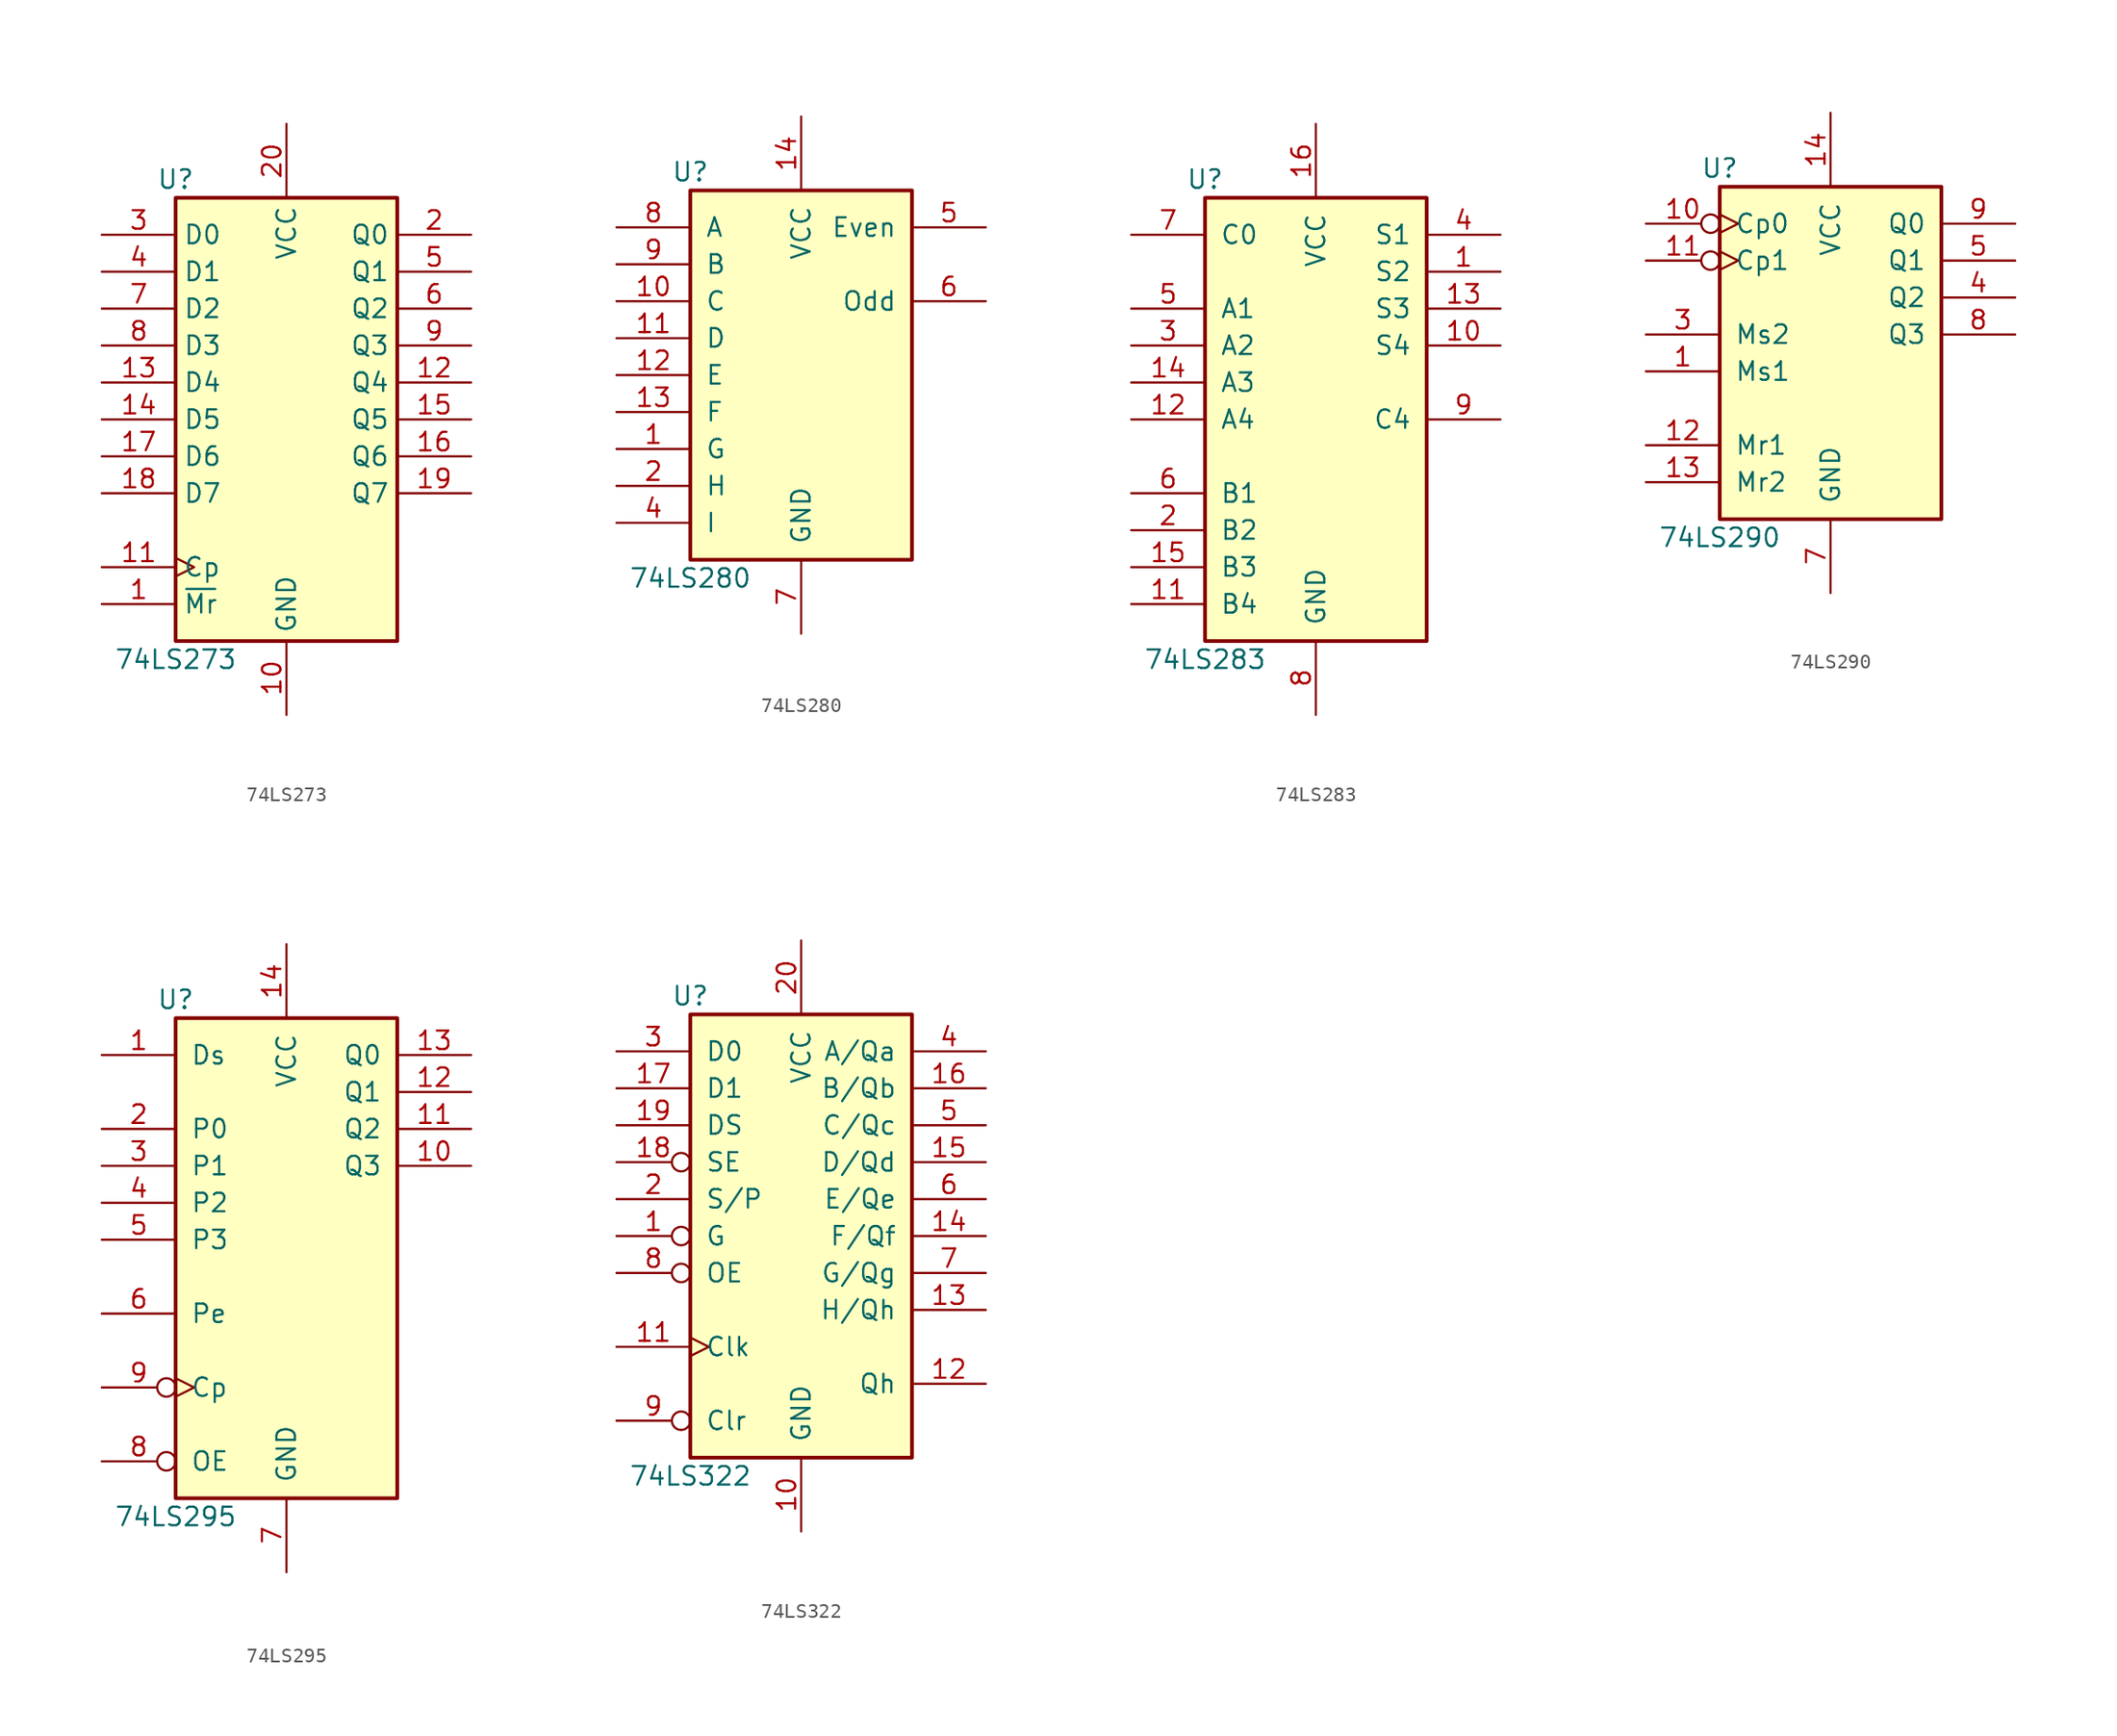
<source format=kicad_sym>
(kicad_symbol_lib
  (version 20201005)
  (generator kicad_symbol_editor)
  (symbol "74LS273"
    (property "Reference" "U"
      (at -7.62 16.51 0)
      (effects (font (size 1.27 1.27))))
    (property "Value" "74LS273"
      (at -7.62 -16.51 0)
      (effects (font (size 1.27 1.27))))
    (symbol "74LS273_1_0"
      (pin input line (at -12.7 -12.7 0) (length 5.08) (name "~Mr" (effects (font (size 1.27 1.27)))) (number "1" (effects (font (size 1.27 1.27)))))
      (pin power_in line (at 0 -20.32 90) (length 5.08) (name "GND" (effects (font (size 1.27 1.27)))) (number "10" (effects (font (size 1.27 1.27)))))
      (pin input clock (at -12.7 -10.16 0) (length 5.08) (name "Cp" (effects (font (size 1.27 1.27)))) (number "11" (effects (font (size 1.27 1.27)))))
      (pin output line (at 12.7 2.54 180) (length 5.08) (name "Q4" (effects (font (size 1.27 1.27)))) (number "12" (effects (font (size 1.27 1.27)))))
      (pin input line (at -12.7 2.54 0) (length 5.08) (name "D4" (effects (font (size 1.27 1.27)))) (number "13" (effects (font (size 1.27 1.27)))))
      (pin input line (at -12.7 0 0) (length 5.08) (name "D5" (effects (font (size 1.27 1.27)))) (number "14" (effects (font (size 1.27 1.27)))))
      (pin output line (at 12.7 0 180) (length 5.08) (name "Q5" (effects (font (size 1.27 1.27)))) (number "15" (effects (font (size 1.27 1.27)))))
      (pin output line (at 12.7 -2.54 180) (length 5.08) (name "Q6" (effects (font (size 1.27 1.27)))) (number "16" (effects (font (size 1.27 1.27)))))
      (pin input line (at -12.7 -2.54 0) (length 5.08) (name "D6" (effects (font (size 1.27 1.27)))) (number "17" (effects (font (size 1.27 1.27)))))
      (pin input line (at -12.7 -5.08 0) (length 5.08) (name "D7" (effects (font (size 1.27 1.27)))) (number "18" (effects (font (size 1.27 1.27)))))
      (pin output line (at 12.7 -5.08 180) (length 5.08) (name "Q7" (effects (font (size 1.27 1.27)))) (number "19" (effects (font (size 1.27 1.27)))))
      (pin output line (at 12.7 12.7 180) (length 5.08) (name "Q0" (effects (font (size 1.27 1.27)))) (number "2" (effects (font (size 1.27 1.27)))))
      (pin power_in line (at 0 20.32 270) (length 5.08) (name "VCC" (effects (font (size 1.27 1.27)))) (number "20" (effects (font (size 1.27 1.27)))))
      (pin input line (at -12.7 12.7 0) (length 5.08) (name "D0" (effects (font (size 1.27 1.27)))) (number "3" (effects (font (size 1.27 1.27)))))
      (pin input line (at -12.7 10.16 0) (length 5.08) (name "D1" (effects (font (size 1.27 1.27)))) (number "4" (effects (font (size 1.27 1.27)))))
      (pin output line (at 12.7 10.16 180) (length 5.08) (name "Q1" (effects (font (size 1.27 1.27)))) (number "5" (effects (font (size 1.27 1.27)))))
      (pin output line (at 12.7 7.62 180) (length 5.08) (name "Q2" (effects (font (size 1.27 1.27)))) (number "6" (effects (font (size 1.27 1.27)))))
      (pin input line (at -12.7 7.62 0) (length 5.08) (name "D2" (effects (font (size 1.27 1.27)))) (number "7" (effects (font (size 1.27 1.27)))))
      (pin input line (at -12.7 5.08 0) (length 5.08) (name "D3" (effects (font (size 1.27 1.27)))) (number "8" (effects (font (size 1.27 1.27)))))
      (pin output line (at 12.7 5.08 180) (length 5.08) (name "Q3" (effects (font (size 1.27 1.27)))) (number "9" (effects (font (size 1.27 1.27))))))
    (symbol "74LS273_1_1"
      (rectangle (start -7.62 15.24) (end 7.62 -15.24) (stroke (width 0.254)) (fill (type background)))))
  (symbol "74LS280"
    (pin_names
      (offset 1.016))
    (property "Reference" "U"
      (at -7.62 13.97 0)
      (effects (font (size 1.27 1.27))))
    (property "Value" "74LS280"
      (at -7.62 -13.97 0)
      (effects (font (size 1.27 1.27))))
    (property "ki_locked" ""
      (at 0 0 0)
      (effects (font (size 1.27 1.27))))
    (symbol "74LS280_1_0"
      (pin input line (at -12.7 -5.08 0) (length 5.08) (name "G" (effects (font (size 1.27 1.27)))) (number "1" (effects (font (size 1.27 1.27)))))
      (pin input line (at -12.7 5.08 0) (length 5.08) (name "C" (effects (font (size 1.27 1.27)))) (number "10" (effects (font (size 1.27 1.27)))))
      (pin input line (at -12.7 2.54 0) (length 5.08) (name "D" (effects (font (size 1.27 1.27)))) (number "11" (effects (font (size 1.27 1.27)))))
      (pin input line (at -12.7 0 0) (length 5.08) (name "E" (effects (font (size 1.27 1.27)))) (number "12" (effects (font (size 1.27 1.27)))))
      (pin input line (at -12.7 -2.54 0) (length 5.08) (name "F" (effects (font (size 1.27 1.27)))) (number "13" (effects (font (size 1.27 1.27)))))
      (pin power_in line (at 0 17.78 270) (length 5.08) (name "VCC" (effects (font (size 1.27 1.27)))) (number "14" (effects (font (size 1.27 1.27)))))
      (pin input line (at -12.7 -7.62 0) (length 5.08) (name "H" (effects (font (size 1.27 1.27)))) (number "2" (effects (font (size 1.27 1.27)))))
      (pin input line (at -12.7 -10.16 0) (length 5.08) (name "I" (effects (font (size 1.27 1.27)))) (number "4" (effects (font (size 1.27 1.27)))))
      (pin output line (at 12.7 10.16 180) (length 5.08) (name "Even" (effects (font (size 1.27 1.27)))) (number "5" (effects (font (size 1.27 1.27)))))
      (pin output line (at 12.7 5.08 180) (length 5.08) (name "Odd" (effects (font (size 1.27 1.27)))) (number "6" (effects (font (size 1.27 1.27)))))
      (pin power_in line (at 0 -17.78 90) (length 5.08) (name "GND" (effects (font (size 1.27 1.27)))) (number "7" (effects (font (size 1.27 1.27)))))
      (pin input line (at -12.7 10.16 0) (length 5.08) (name "A" (effects (font (size 1.27 1.27)))) (number "8" (effects (font (size 1.27 1.27)))))
      (pin input line (at -12.7 7.62 0) (length 5.08) (name "B" (effects (font (size 1.27 1.27)))) (number "9" (effects (font (size 1.27 1.27))))))
    (symbol "74LS280_1_1"
      (rectangle (start -7.62 12.7) (end 7.62 -12.7) (stroke (width 0.254)) (fill (type background)))))
  (symbol "74LS283"
    (pin_names
      (offset 1.016))
    (property "Reference" "U"
      (at -7.62 16.51 0)
      (effects (font (size 1.27 1.27))))
    (property "Value" "74LS283"
      (at -7.62 -16.51 0)
      (effects (font (size 1.27 1.27))))
    (property "ki_locked" ""
      (at 0 0 0)
      (effects (font (size 1.27 1.27))))
    (symbol "74LS283_1_0"
      (pin output line (at 12.7 10.16 180) (length 5.08) (name "S2" (effects (font (size 1.27 1.27)))) (number "1" (effects (font (size 1.27 1.27)))))
      (pin output line (at 12.7 5.08 180) (length 5.08) (name "S4" (effects (font (size 1.27 1.27)))) (number "10" (effects (font (size 1.27 1.27)))))
      (pin input line (at -12.7 -12.7 0) (length 5.08) (name "B4" (effects (font (size 1.27 1.27)))) (number "11" (effects (font (size 1.27 1.27)))))
      (pin input line (at -12.7 0 0) (length 5.08) (name "A4" (effects (font (size 1.27 1.27)))) (number "12" (effects (font (size 1.27 1.27)))))
      (pin output line (at 12.7 7.62 180) (length 5.08) (name "S3" (effects (font (size 1.27 1.27)))) (number "13" (effects (font (size 1.27 1.27)))))
      (pin input line (at -12.7 2.54 0) (length 5.08) (name "A3" (effects (font (size 1.27 1.27)))) (number "14" (effects (font (size 1.27 1.27)))))
      (pin input line (at -12.7 -10.16 0) (length 5.08) (name "B3" (effects (font (size 1.27 1.27)))) (number "15" (effects (font (size 1.27 1.27)))))
      (pin power_in line (at 0 20.32 270) (length 5.08) (name "VCC" (effects (font (size 1.27 1.27)))) (number "16" (effects (font (size 1.27 1.27)))))
      (pin input line (at -12.7 -7.62 0) (length 5.08) (name "B2" (effects (font (size 1.27 1.27)))) (number "2" (effects (font (size 1.27 1.27)))))
      (pin input line (at -12.7 5.08 0) (length 5.08) (name "A2" (effects (font (size 1.27 1.27)))) (number "3" (effects (font (size 1.27 1.27)))))
      (pin output line (at 12.7 12.7 180) (length 5.08) (name "S1" (effects (font (size 1.27 1.27)))) (number "4" (effects (font (size 1.27 1.27)))))
      (pin input line (at -12.7 7.62 0) (length 5.08) (name "A1" (effects (font (size 1.27 1.27)))) (number "5" (effects (font (size 1.27 1.27)))))
      (pin input line (at -12.7 -5.08 0) (length 5.08) (name "B1" (effects (font (size 1.27 1.27)))) (number "6" (effects (font (size 1.27 1.27)))))
      (pin input line (at -12.7 12.7 0) (length 5.08) (name "C0" (effects (font (size 1.27 1.27)))) (number "7" (effects (font (size 1.27 1.27)))))
      (pin power_in line (at 0 -20.32 90) (length 5.08) (name "GND" (effects (font (size 1.27 1.27)))) (number "8" (effects (font (size 1.27 1.27)))))
      (pin output line (at 12.7 0 180) (length 5.08) (name "C4" (effects (font (size 1.27 1.27)))) (number "9" (effects (font (size 1.27 1.27))))))
    (symbol "74LS283_1_1"
      (rectangle (start -7.62 15.24) (end 7.62 -15.24) (stroke (width 0.254)) (fill (type background)))))
  (symbol "74LS290"
    (pin_names
      (offset 1.016))
    (property "Reference" "U"
      (at -7.62 11.43 0)
      (effects (font (size 1.27 1.27))))
    (property "Value" "74LS290"
      (at -7.62 -13.97 0)
      (effects (font (size 1.27 1.27))))
    (property "ki_locked" ""
      (at 0 0 0)
      (effects (font (size 1.27 1.27))))
    (symbol "74LS290_1_0"
      (pin input line (at -12.7 -2.54 0) (length 5.08) (name "Ms1" (effects (font (size 1.27 1.27)))) (number "1" (effects (font (size 1.27 1.27)))))
      (pin input inverted_clock (at -12.7 7.62 0) (length 5.08) (name "Cp0" (effects (font (size 1.27 1.27)))) (number "10" (effects (font (size 1.27 1.27)))))
      (pin input inverted_clock (at -12.7 5.08 0) (length 5.08) (name "Cp1" (effects (font (size 1.27 1.27)))) (number "11" (effects (font (size 1.27 1.27)))))
      (pin input line (at -12.7 -7.62 0) (length 5.08) (name "Mr1" (effects (font (size 1.27 1.27)))) (number "12" (effects (font (size 1.27 1.27)))))
      (pin input line (at -12.7 -10.16 0) (length 5.08) (name "Mr2" (effects (font (size 1.27 1.27)))) (number "13" (effects (font (size 1.27 1.27)))))
      (pin power_in line (at 0 15.24 270) (length 5.08) (name "VCC" (effects (font (size 1.27 1.27)))) (number "14" (effects (font (size 1.27 1.27)))))
      (pin input line (at -12.7 0 0) (length 5.08) (name "Ms2" (effects (font (size 1.27 1.27)))) (number "3" (effects (font (size 1.27 1.27)))))
      (pin output line (at 12.7 2.54 180) (length 5.08) (name "Q2" (effects (font (size 1.27 1.27)))) (number "4" (effects (font (size 1.27 1.27)))))
      (pin output line (at 12.7 5.08 180) (length 5.08) (name "Q1" (effects (font (size 1.27 1.27)))) (number "5" (effects (font (size 1.27 1.27)))))
      (pin power_in line (at 0 -17.78 90) (length 5.08) (name "GND" (effects (font (size 1.27 1.27)))) (number "7" (effects (font (size 1.27 1.27)))))
      (pin output line (at 12.7 0 180) (length 5.08) (name "Q3" (effects (font (size 1.27 1.27)))) (number "8" (effects (font (size 1.27 1.27)))))
      (pin output line (at 12.7 7.62 180) (length 5.08) (name "Q0" (effects (font (size 1.27 1.27)))) (number "9" (effects (font (size 1.27 1.27))))))
    (symbol "74LS290_1_1"
      (rectangle (start -7.62 10.16) (end 7.62 -12.7) (stroke (width 0.254)) (fill (type background)))))
  (symbol "74LS295"
    (pin_names
      (offset 1.016))
    (property "Reference" "U"
      (at -7.62 16.51 0)
      (effects (font (size 1.27 1.27))))
    (property "Value" "74LS295"
      (at -7.62 -19.05 0)
      (effects (font (size 1.27 1.27))))
    (property "ki_locked" ""
      (at 0 0 0)
      (effects (font (size 1.27 1.27))))
    (symbol "74LS295_1_0"
      (pin input line (at -12.7 12.7 0) (length 5.08) (name "Ds" (effects (font (size 1.27 1.27)))) (number "1" (effects (font (size 1.27 1.27)))))
      (pin output line (at 12.7 5.08 180) (length 5.08) (name "Q3" (effects (font (size 1.27 1.27)))) (number "10" (effects (font (size 1.27 1.27)))))
      (pin output line (at 12.7 7.62 180) (length 5.08) (name "Q2" (effects (font (size 1.27 1.27)))) (number "11" (effects (font (size 1.27 1.27)))))
      (pin output line (at 12.7 10.16 180) (length 5.08) (name "Q1" (effects (font (size 1.27 1.27)))) (number "12" (effects (font (size 1.27 1.27)))))
      (pin output line (at 12.7 12.7 180) (length 5.08) (name "Q0" (effects (font (size 1.27 1.27)))) (number "13" (effects (font (size 1.27 1.27)))))
      (pin power_in line (at 0 20.32 270) (length 5.08) (name "VCC" (effects (font (size 1.27 1.27)))) (number "14" (effects (font (size 1.27 1.27)))))
      (pin input line (at -12.7 7.62 0) (length 5.08) (name "P0" (effects (font (size 1.27 1.27)))) (number "2" (effects (font (size 1.27 1.27)))))
      (pin input line (at -12.7 5.08 0) (length 5.08) (name "P1" (effects (font (size 1.27 1.27)))) (number "3" (effects (font (size 1.27 1.27)))))
      (pin input line (at -12.7 2.54 0) (length 5.08) (name "P2" (effects (font (size 1.27 1.27)))) (number "4" (effects (font (size 1.27 1.27)))))
      (pin input line (at -12.7 0 0) (length 5.08) (name "P3" (effects (font (size 1.27 1.27)))) (number "5" (effects (font (size 1.27 1.27)))))
      (pin input line (at -12.7 -5.08 0) (length 5.08) (name "Pe" (effects (font (size 1.27 1.27)))) (number "6" (effects (font (size 1.27 1.27)))))
      (pin power_in line (at 0 -22.86 90) (length 5.08) (name "GND" (effects (font (size 1.27 1.27)))) (number "7" (effects (font (size 1.27 1.27)))))
      (pin input inverted (at -12.7 -15.24 0) (length 5.08) (name "OE" (effects (font (size 1.27 1.27)))) (number "8" (effects (font (size 1.27 1.27)))))
      (pin input inverted_clock (at -12.7 -10.16 0) (length 5.08) (name "Cp" (effects (font (size 1.27 1.27)))) (number "9" (effects (font (size 1.27 1.27))))))
    (symbol "74LS295_1_1"
      (rectangle (start -7.62 15.24) (end 7.62 -17.78) (stroke (width 0.254)) (fill (type background)))))
  (symbol "74LS322"
    (pin_names
      (offset 1.016))
    (property "Reference" "U"
      (at -7.62 16.51 0)
      (effects (font (size 1.27 1.27))))
    (property "Value" "74LS322"
      (at -7.62 -16.51 0)
      (effects (font (size 1.27 1.27))))
    (property "ki_locked" ""
      (at 0 0 0)
      (effects (font (size 1.27 1.27))))
    (symbol "74LS322_1_0"
      (pin input inverted (at -12.7 0 0) (length 5.08) (name "G" (effects (font (size 1.27 1.27)))) (number "1" (effects (font (size 1.27 1.27)))))
      (pin power_in line (at 0 -20.32 90) (length 5.08) (name "GND" (effects (font (size 1.27 1.27)))) (number "10" (effects (font (size 1.27 1.27)))))
      (pin input clock (at -12.7 -7.62 0) (length 5.08) (name "Clk" (effects (font (size 1.27 1.27)))) (number "11" (effects (font (size 1.27 1.27)))))
      (pin output line (at 12.7 -10.16 180) (length 5.08) (name "Qh" (effects (font (size 1.27 1.27)))) (number "12" (effects (font (size 1.27 1.27)))))
      (pin tri_state line (at 12.7 -5.08 180) (length 5.08) (name "H/Qh" (effects (font (size 1.27 1.27)))) (number "13" (effects (font (size 1.27 1.27)))))
      (pin tri_state line (at 12.7 0 180) (length 5.08) (name "F/Qf" (effects (font (size 1.27 1.27)))) (number "14" (effects (font (size 1.27 1.27)))))
      (pin tri_state line (at 12.7 5.08 180) (length 5.08) (name "D/Qd" (effects (font (size 1.27 1.27)))) (number "15" (effects (font (size 1.27 1.27)))))
      (pin tri_state line (at 12.7 10.16 180) (length 5.08) (name "B/Qb" (effects (font (size 1.27 1.27)))) (number "16" (effects (font (size 1.27 1.27)))))
      (pin input line (at -12.7 10.16 0) (length 5.08) (name "D1" (effects (font (size 1.27 1.27)))) (number "17" (effects (font (size 1.27 1.27)))))
      (pin input inverted (at -12.7 5.08 0) (length 5.08) (name "SE" (effects (font (size 1.27 1.27)))) (number "18" (effects (font (size 1.27 1.27)))))
      (pin input line (at -12.7 7.62 0) (length 5.08) (name "DS" (effects (font (size 1.27 1.27)))) (number "19" (effects (font (size 1.27 1.27)))))
      (pin input line (at -12.7 2.54 0) (length 5.08) (name "S/P" (effects (font (size 1.27 1.27)))) (number "2" (effects (font (size 1.27 1.27)))))
      (pin power_in line (at 0 20.32 270) (length 5.08) (name "VCC" (effects (font (size 1.27 1.27)))) (number "20" (effects (font (size 1.27 1.27)))))
      (pin input line (at -12.7 12.7 0) (length 5.08) (name "D0" (effects (font (size 1.27 1.27)))) (number "3" (effects (font (size 1.27 1.27)))))
      (pin tri_state line (at 12.7 12.7 180) (length 5.08) (name "A/Qa" (effects (font (size 1.27 1.27)))) (number "4" (effects (font (size 1.27 1.27)))))
      (pin tri_state line (at 12.7 7.62 180) (length 5.08) (name "C/Qc" (effects (font (size 1.27 1.27)))) (number "5" (effects (font (size 1.27 1.27)))))
      (pin tri_state line (at 12.7 2.54 180) (length 5.08) (name "E/Qe" (effects (font (size 1.27 1.27)))) (number "6" (effects (font (size 1.27 1.27)))))
      (pin tri_state line (at 12.7 -2.54 180) (length 5.08) (name "G/Qg" (effects (font (size 1.27 1.27)))) (number "7" (effects (font (size 1.27 1.27)))))
      (pin input inverted (at -12.7 -2.54 0) (length 5.08) (name "OE" (effects (font (size 1.27 1.27)))) (number "8" (effects (font (size 1.27 1.27)))))
      (pin input inverted (at -12.7 -12.7 0) (length 5.08) (name "Clr" (effects (font (size 1.27 1.27)))) (number "9" (effects (font (size 1.27 1.27))))))
    (symbol "74LS322_1_1"
      (rectangle (start -7.62 15.24) (end 7.62 -15.24) (stroke (width 0.254)) (fill (type background))))))
</source>
